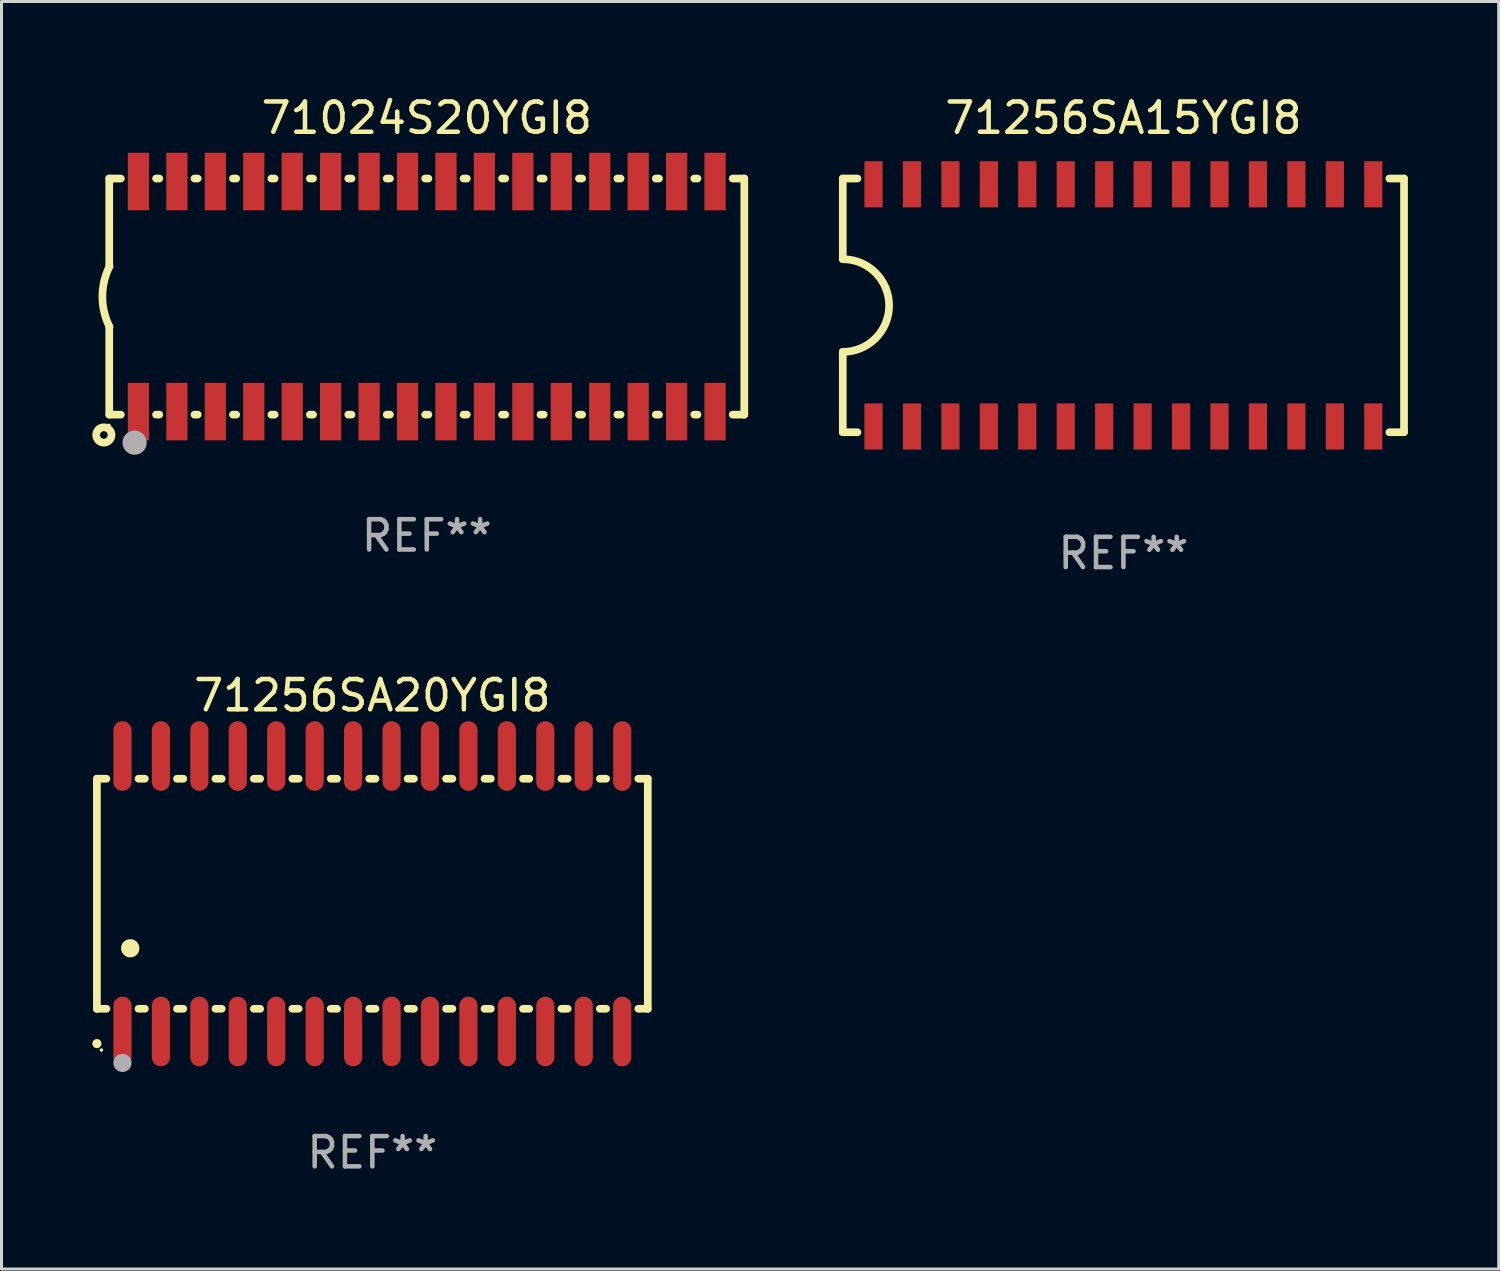
<source format=kicad_pcb>
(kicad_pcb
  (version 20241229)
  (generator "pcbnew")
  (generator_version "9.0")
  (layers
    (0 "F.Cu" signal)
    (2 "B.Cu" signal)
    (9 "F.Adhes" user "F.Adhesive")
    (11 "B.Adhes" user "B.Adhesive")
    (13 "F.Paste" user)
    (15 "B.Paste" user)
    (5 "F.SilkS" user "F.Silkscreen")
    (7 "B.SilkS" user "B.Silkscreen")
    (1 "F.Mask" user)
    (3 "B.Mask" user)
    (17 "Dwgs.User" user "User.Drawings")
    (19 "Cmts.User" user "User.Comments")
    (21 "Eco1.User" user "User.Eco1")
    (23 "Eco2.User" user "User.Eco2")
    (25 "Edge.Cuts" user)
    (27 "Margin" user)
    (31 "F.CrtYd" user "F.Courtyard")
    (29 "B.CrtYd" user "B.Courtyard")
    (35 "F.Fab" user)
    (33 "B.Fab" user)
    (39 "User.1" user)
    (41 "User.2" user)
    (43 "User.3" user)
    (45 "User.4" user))
  (footprint "71024S20YGI8"
    (layer "F.Cu")
    (at 11.049 6.748)
    (property "Reference" "71024S20YGI8" (at 0 -5.9 0) (layer "F.SilkS") (effects (font (size 1 1) (thickness 0.15))))
    (attr through_hole)
    (fp_line (start -10.49 -3.9) (end -10.107 -3.9) (stroke (width 0.254) (type solid)) (layer "F.SilkS"))
    (fp_line (start -10.49 -0.991) (end -10.49 -3.9) (stroke (width 0.254) (type solid)) (layer "F.SilkS"))
    (fp_line (start -10.49 3.9) (end -10.49 0.991) (stroke (width 0.254) (type solid)) (layer "F.SilkS"))
    (fp_line (start -10.49 3.9) (end -10.107 3.9) (stroke (width 0.254) (type solid)) (layer "F.SilkS"))
    (fp_line (start -8.943 -3.9) (end -8.837 -3.9) (stroke (width 0.254) (type solid)) (layer "F.SilkS"))
    (fp_line (start -8.943 3.9) (end -8.837 3.9) (stroke (width 0.254) (type solid)) (layer "F.SilkS"))
    (fp_line (start -7.673 -3.9) (end -7.567 -3.9) (stroke (width 0.254) (type solid)) (layer "F.SilkS"))
    (fp_line (start -7.673 3.9) (end -7.567 3.9) (stroke (width 0.254) (type solid)) (layer "F.SilkS"))
    (fp_line (start -6.403 -3.9) (end -6.297 -3.9) (stroke (width 0.254) (type solid)) (layer "F.SilkS"))
    (fp_line (start -6.403 3.9) (end -6.297 3.9) (stroke (width 0.254) (type solid)) (layer "F.SilkS"))
    (fp_line (start -5.133 -3.9) (end -5.027 -3.9) (stroke (width 0.254) (type solid)) (layer "F.SilkS"))
    (fp_line (start -5.133 3.9) (end -5.027 3.9) (stroke (width 0.254) (type solid)) (layer "F.SilkS"))
    (fp_line (start -3.863 -3.9) (end -3.757 -3.9) (stroke (width 0.254) (type solid)) (layer "F.SilkS"))
    (fp_line (start -3.863 3.9) (end -3.757 3.9) (stroke (width 0.254) (type solid)) (layer "F.SilkS"))
    (fp_line (start -2.593 -3.9) (end -2.487 -3.9) (stroke (width 0.254) (type solid)) (layer "F.SilkS"))
    (fp_line (start -2.593 3.9) (end -2.487 3.9) (stroke (width 0.254) (type solid)) (layer "F.SilkS"))
    (fp_line (start -1.323 -3.9) (end -1.217 -3.9) (stroke (width 0.254) (type solid)) (layer "F.SilkS"))
    (fp_line (start -1.323 3.9) (end -1.217 3.9) (stroke (width 0.254) (type solid)) (layer "F.SilkS"))
    (fp_line (start -0.053 -3.9) (end 0.053 -3.9) (stroke (width 0.254) (type solid)) (layer "F.SilkS"))
    (fp_line (start -0.053 3.9) (end 0.053 3.9) (stroke (width 0.254) (type solid)) (layer "F.SilkS"))
    (fp_line (start 1.217 -3.9) (end 1.323 -3.9) (stroke (width 0.254) (type solid)) (layer "F.SilkS"))
    (fp_line (start 1.217 3.9) (end 1.323 3.9) (stroke (width 0.254) (type solid)) (layer "F.SilkS"))
    (fp_line (start 2.487 -3.9) (end 2.593 -3.9) (stroke (width 0.254) (type solid)) (layer "F.SilkS"))
    (fp_line (start 2.487 3.9) (end 2.593 3.9) (stroke (width 0.254) (type solid)) (layer "F.SilkS"))
    (fp_line (start 3.757 -3.9) (end 3.863 -3.9) (stroke (width 0.254) (type solid)) (layer "F.SilkS"))
    (fp_line (start 3.757 3.9) (end 3.863 3.9) (stroke (width 0.254) (type solid)) (layer "F.SilkS"))
    (fp_line (start 5.027 -3.9) (end 5.133 -3.9) (stroke (width 0.254) (type solid)) (layer "F.SilkS"))
    (fp_line (start 5.027 3.9) (end 5.133 3.9) (stroke (width 0.254) (type solid)) (layer "F.SilkS"))
    (fp_line (start 6.297 -3.9) (end 6.403 -3.9) (stroke (width 0.254) (type solid)) (layer "F.SilkS"))
    (fp_line (start 6.297 3.9) (end 6.403 3.9) (stroke (width 0.254) (type solid)) (layer "F.SilkS"))
    (fp_line (start 7.567 -3.9) (end 7.673 -3.9) (stroke (width 0.254) (type solid)) (layer "F.SilkS"))
    (fp_line (start 7.567 3.9) (end 7.673 3.9) (stroke (width 0.254) (type solid)) (layer "F.SilkS"))
    (fp_line (start 8.837 -3.9) (end 8.943 -3.9) (stroke (width 0.254) (type solid)) (layer "F.SilkS"))
    (fp_line (start 8.837 3.9) (end 8.943 3.9) (stroke (width 0.254) (type solid)) (layer "F.SilkS"))
    (fp_line (start 10.107 -3.9) (end 10.49 -3.9) (stroke (width 0.254) (type solid)) (layer "F.SilkS"))
    (fp_line (start 10.107 3.9) (end 10.49 3.9) (stroke (width 0.254) (type solid)) (layer "F.SilkS"))
    (fp_line (start 10.49 -3.9) (end 10.49 3.9) (stroke (width 0.254) (type solid)) (layer "F.SilkS"))
    (fp_arc (start -10.48 1) (mid -10.716068 0) (end -10.48 -1) (stroke (width 0.254001) (type solid)) (layer "F.SilkS"))
    (fp_circle (center -10.668 4.572) (end -10.414 4.572) (stroke (width 0.254) (type solid)) (fill no) (layer "F.SilkS"))
    (fp_circle (center -10.5 4.255) (end -10.47 4.255) (stroke (width 0.06) (type solid)) (fill no) (layer "F.SilkS"))
    (fp_circle (center -9.652 4.826) (end -9.452 4.826) (stroke (width 0.4) (type solid)) (fill no) (layer "F.Fab"))
    (fp_text user "REF**" (at 0 7.9 0) (layer "F.Fab") (effects (font (size 1 1) (thickness 0.15))))
    (pad "1" smd rect (at -9.525 3.8) (size 0.701 1.9) (layers "F.Cu" "F.Mask" "F.Paste"))
    (pad "2" smd rect (at -8.255 3.8) (size 0.701 1.9) (layers "F.Cu" "F.Mask" "F.Paste"))
    (pad "3" smd rect (at -6.985 3.8) (size 0.701 1.9) (layers "F.Cu" "F.Mask" "F.Paste"))
    (pad "4" smd rect (at -5.715 3.8) (size 0.701 1.9) (layers "F.Cu" "F.Mask" "F.Paste"))
    (pad "5" smd rect (at -4.445 3.8) (size 0.701 1.9) (layers "F.Cu" "F.Mask" "F.Paste"))
    (pad "6" smd rect (at -3.175 3.8) (size 0.701 1.9) (layers "F.Cu" "F.Mask" "F.Paste"))
    (pad "7" smd rect (at -1.905 3.8) (size 0.701 1.9) (layers "F.Cu" "F.Mask" "F.Paste"))
    (pad "8" smd rect (at -0.635 3.8) (size 0.701 1.9) (layers "F.Cu" "F.Mask" "F.Paste"))
    (pad "9" smd rect (at 0.635 3.8) (size 0.701 1.9) (layers "F.Cu" "F.Mask" "F.Paste"))
    (pad "10" smd rect (at 1.905 3.8) (size 0.701 1.9) (layers "F.Cu" "F.Mask" "F.Paste"))
    (pad "11" smd rect (at 3.175 3.8) (size 0.701 1.9) (layers "F.Cu" "F.Mask" "F.Paste"))
    (pad "12" smd rect (at 4.445 3.8) (size 0.701 1.9) (layers "F.Cu" "F.Mask" "F.Paste"))
    (pad "13" smd rect (at 5.715 3.8) (size 0.701 1.9) (layers "F.Cu" "F.Mask" "F.Paste"))
    (pad "14" smd rect (at 6.985 3.8) (size 0.701 1.9) (layers "F.Cu" "F.Mask" "F.Paste"))
    (pad "15" smd rect (at 8.255 3.8) (size 0.701 1.9) (layers "F.Cu" "F.Mask" "F.Paste"))
    (pad "16" smd rect (at 9.525 3.8) (size 0.701 1.9) (layers "F.Cu" "F.Mask" "F.Paste"))
    (pad "17" smd rect (at 9.525 -3.8 180) (size 0.701 1.9) (layers "F.Cu" "F.Mask" "F.Paste"))
    (pad "18" smd rect (at 8.255 -3.8 180) (size 0.701 1.9) (layers "F.Cu" "F.Mask" "F.Paste"))
    (pad "19" smd rect (at 6.985 -3.8 180) (size 0.701 1.9) (layers "F.Cu" "F.Mask" "F.Paste"))
    (pad "20" smd rect (at 5.715 -3.8 180) (size 0.701 1.9) (layers "F.Cu" "F.Mask" "F.Paste"))
    (pad "21" smd rect (at 4.445 -3.8 180) (size 0.701 1.9) (layers "F.Cu" "F.Mask" "F.Paste"))
    (pad "22" smd rect (at 3.175 -3.8 180) (size 0.701 1.9) (layers "F.Cu" "F.Mask" "F.Paste"))
    (pad "23" smd rect (at 1.905 -3.8 180) (size 0.701 1.9) (layers "F.Cu" "F.Mask" "F.Paste"))
    (pad "24" smd rect (at 0.635 -3.8 180) (size 0.701 1.9) (layers "F.Cu" "F.Mask" "F.Paste"))
    (pad "25" smd rect (at -0.635 -3.8 180) (size 0.701 1.9) (layers "F.Cu" "F.Mask" "F.Paste"))
    (pad "26" smd rect (at -1.905 -3.8 180) (size 0.701 1.9) (layers "F.Cu" "F.Mask" "F.Paste"))
    (pad "27" smd rect (at -3.175 -3.8 180) (size 0.701 1.9) (layers "F.Cu" "F.Mask" "F.Paste"))
    (pad "28" smd rect (at -4.445 -3.8 180) (size 0.701 1.9) (layers "F.Cu" "F.Mask" "F.Paste"))
    (pad "29" smd rect (at -5.715 -3.8 180) (size 0.701 1.9) (layers "F.Cu" "F.Mask" "F.Paste"))
    (pad "30" smd rect (at -6.985 -3.8 180) (size 0.701 1.9) (layers "F.Cu" "F.Mask" "F.Paste"))
    (pad "31" smd rect (at -8.255 -3.8 180) (size 0.701 1.9) (layers "F.Cu" "F.Mask" "F.Paste"))
    (pad "32" smd rect (at -9.525 -3.8 180) (size 0.701 1.9) (layers "F.Cu" "F.Mask" "F.Paste")))
  (footprint "71256SA20YGI8"
    (layer "F.Cu")
    (at 9.251 26.477)
    (property "Reference" "71256SA20YGI8" (at 0 -6.55 0) (layer "F.SilkS") (effects (font (size 1 1) (thickness 0.15))))
    (attr through_hole)
    (fp_line (start -9.1 -3.8) (end -9.1 3.8) (stroke (width 0.254) (type solid)) (layer "F.SilkS"))
    (fp_line (start -9.1 -3.8) (end -8.786 -3.8) (stroke (width 0.254) (type solid)) (layer "F.SilkS"))
    (fp_line (start -9.1 3.8) (end -8.786 3.8) (stroke (width 0.254) (type solid)) (layer "F.SilkS"))
    (fp_line (start -7.724 -3.8) (end -7.516 -3.8) (stroke (width 0.254) (type solid)) (layer "F.SilkS"))
    (fp_line (start -7.724 3.8) (end -7.516 3.8) (stroke (width 0.254) (type solid)) (layer "F.SilkS"))
    (fp_line (start -6.454 -3.8) (end -6.246 -3.8) (stroke (width 0.254) (type solid)) (layer "F.SilkS"))
    (fp_line (start -6.454 3.8) (end -6.246 3.8) (stroke (width 0.254) (type solid)) (layer "F.SilkS"))
    (fp_line (start -5.184 -3.8) (end -4.976 -3.8) (stroke (width 0.254) (type solid)) (layer "F.SilkS"))
    (fp_line (start -5.184 3.8) (end -4.976 3.8) (stroke (width 0.254) (type solid)) (layer "F.SilkS"))
    (fp_line (start -3.914 -3.8) (end -3.706 -3.8) (stroke (width 0.254) (type solid)) (layer "F.SilkS"))
    (fp_line (start -3.914 3.8) (end -3.706 3.8) (stroke (width 0.254) (type solid)) (layer "F.SilkS"))
    (fp_line (start -2.644 -3.8) (end -2.436 -3.8) (stroke (width 0.254) (type solid)) (layer "F.SilkS"))
    (fp_line (start -2.644 3.8) (end -2.436 3.8) (stroke (width 0.254) (type solid)) (layer "F.SilkS"))
    (fp_line (start -1.374 -3.8) (end -1.166 -3.8) (stroke (width 0.254) (type solid)) (layer "F.SilkS"))
    (fp_line (start -1.374 3.8) (end -1.166 3.8) (stroke (width 0.254) (type solid)) (layer "F.SilkS"))
    (fp_line (start -0.104 -3.8) (end 0.104 -3.8) (stroke (width 0.254) (type solid)) (layer "F.SilkS"))
    (fp_line (start -0.104 3.8) (end 0.104 3.8) (stroke (width 0.254) (type solid)) (layer "F.SilkS"))
    (fp_line (start 1.166 -3.8) (end 1.374 -3.8) (stroke (width 0.254) (type solid)) (layer "F.SilkS"))
    (fp_line (start 1.166 3.8) (end 1.374 3.8) (stroke (width 0.254) (type solid)) (layer "F.SilkS"))
    (fp_line (start 2.436 -3.8) (end 2.644 -3.8) (stroke (width 0.254) (type solid)) (layer "F.SilkS"))
    (fp_line (start 2.436 3.8) (end 2.644 3.8) (stroke (width 0.254) (type solid)) (layer "F.SilkS"))
    (fp_line (start 3.706 -3.8) (end 3.914 -3.8) (stroke (width 0.254) (type solid)) (layer "F.SilkS"))
    (fp_line (start 3.706 3.8) (end 3.914 3.8) (stroke (width 0.254) (type solid)) (layer "F.SilkS"))
    (fp_line (start 4.976 -3.8) (end 5.184 -3.8) (stroke (width 0.254) (type solid)) (layer "F.SilkS"))
    (fp_line (start 4.976 3.8) (end 5.184 3.8) (stroke (width 0.254) (type solid)) (layer "F.SilkS"))
    (fp_line (start 6.246 -3.8) (end 6.454 -3.8) (stroke (width 0.254) (type solid)) (layer "F.SilkS"))
    (fp_line (start 6.246 3.8) (end 6.454 3.8) (stroke (width 0.254) (type solid)) (layer "F.SilkS"))
    (fp_line (start 7.516 -3.8) (end 7.724 -3.8) (stroke (width 0.254) (type solid)) (layer "F.SilkS"))
    (fp_line (start 7.516 3.8) (end 7.724 3.8) (stroke (width 0.254) (type solid)) (layer "F.SilkS"))
    (fp_line (start 8.786 -3.8) (end 9.1 -3.8) (stroke (width 0.254) (type solid)) (layer "F.SilkS"))
    (fp_line (start 8.786 3.8) (end 9.1 3.8) (stroke (width 0.254) (type solid)) (layer "F.SilkS"))
    (fp_line (start 9.1 -3.8) (end 9.1 3.8) (stroke (width 0.254) (type solid)) (layer "F.SilkS"))
    (fp_arc (start -9.100864 4.95047) (mid -9.099594 4.950465) (end -9.098324 4.95047) (stroke (width 0.3) (type solid)) (layer "F.SilkS"))
    (fp_arc (start -8.001041 1.800864) (mid -7.998501 1.800853) (end -7.995961 1.800864) (stroke (width 0.6) (type solid)) (layer "F.SilkS"))
    (fp_circle (center -8.95 5.163) (end -8.92 5.163) (stroke (width 0.06) (type solid)) (fill no) (layer "F.SilkS"))
    (fp_circle (center -8.255 5.588) (end -8.105 5.588) (stroke (width 0.3) (type solid)) (fill no) (layer "F.Fab"))
    (fp_text user "REF**" (at 0 8.55 0) (layer "F.Fab") (effects (font (size 1 1) (thickness 0.15))))
    (pad "1" smd oval (at -8.255 4.55 180) (size 0.6 2.3) (layers "F.Cu" "F.Mask" "F.Paste"))
    (pad "2" smd oval (at -6.985 4.55 180) (size 0.6 2.3) (layers "F.Cu" "F.Mask" "F.Paste"))
    (pad "3" smd oval (at -5.715 4.55 180) (size 0.6 2.3) (layers "F.Cu" "F.Mask" "F.Paste"))
    (pad "4" smd oval (at -4.445 4.55 180) (size 0.6 2.3) (layers "F.Cu" "F.Mask" "F.Paste"))
    (pad "5" smd oval (at -3.175 4.55 180) (size 0.6 2.3) (layers "F.Cu" "F.Mask" "F.Paste"))
    (pad "6" smd oval (at -1.905 4.55 180) (size 0.6 2.3) (layers "F.Cu" "F.Mask" "F.Paste"))
    (pad "7" smd oval (at -0.635 4.55 180) (size 0.6 2.3) (layers "F.Cu" "F.Mask" "F.Paste"))
    (pad "8" smd oval (at 0.635 4.55 180) (size 0.6 2.3) (layers "F.Cu" "F.Mask" "F.Paste"))
    (pad "9" smd oval (at 1.905 4.55 180) (size 0.6 2.3) (layers "F.Cu" "F.Mask" "F.Paste"))
    (pad "10" smd oval (at 3.175 4.55 180) (size 0.6 2.3) (layers "F.Cu" "F.Mask" "F.Paste"))
    (pad "11" smd oval (at 4.445 4.55 180) (size 0.6 2.3) (layers "F.Cu" "F.Mask" "F.Paste"))
    (pad "12" smd oval (at 5.715 4.55 180) (size 0.6 2.3) (layers "F.Cu" "F.Mask" "F.Paste"))
    (pad "13" smd oval (at 6.985 4.55 180) (size 0.6 2.3) (layers "F.Cu" "F.Mask" "F.Paste"))
    (pad "14" smd oval (at 8.255 4.55 180) (size 0.6 2.3) (layers "F.Cu" "F.Mask" "F.Paste"))
    (pad "15" smd oval (at 8.255 -4.55 180) (size 0.6 2.3) (layers "F.Cu" "F.Mask" "F.Paste"))
    (pad "16" smd oval (at 6.985 -4.55 180) (size 0.6 2.3) (layers "F.Cu" "F.Mask" "F.Paste"))
    (pad "17" smd oval (at 5.715 -4.55 180) (size 0.6 2.3) (layers "F.Cu" "F.Mask" "F.Paste"))
    (pad "18" smd oval (at 4.445 -4.55 180) (size 0.6 2.3) (layers "F.Cu" "F.Mask" "F.Paste"))
    (pad "19" smd oval (at 3.175 -4.55 180) (size 0.6 2.3) (layers "F.Cu" "F.Mask" "F.Paste"))
    (pad "20" smd oval (at 1.905 -4.55 180) (size 0.6 2.3) (layers "F.Cu" "F.Mask" "F.Paste"))
    (pad "21" smd oval (at 0.635 -4.55 180) (size 0.6 2.3) (layers "F.Cu" "F.Mask" "F.Paste"))
    (pad "22" smd oval (at -0.635 -4.55 180) (size 0.6 2.3) (layers "F.Cu" "F.Mask" "F.Paste"))
    (pad "23" smd oval (at -1.905 -4.55 180) (size 0.6 2.3) (layers "F.Cu" "F.Mask" "F.Paste"))
    (pad "24" smd oval (at -3.175 -4.55 180) (size 0.6 2.3) (layers "F.Cu" "F.Mask" "F.Paste"))
    (pad "25" smd oval (at -4.445 -4.55 180) (size 0.6 2.3) (layers "F.Cu" "F.Mask" "F.Paste"))
    (pad "26" smd oval (at -5.715 -4.55 180) (size 0.6 2.3) (layers "F.Cu" "F.Mask" "F.Paste"))
    (pad "27" smd oval (at -6.985 -4.55 180) (size 0.6 2.3) (layers "F.Cu" "F.Mask" "F.Paste"))
    (pad "28" smd oval (at -8.255 -4.55 180) (size 0.6 2.3) (layers "F.Cu" "F.Mask" "F.Paste")))
  (footprint "71256SA15YGI8"
    (layer "F.Cu")
    (at 34.064 7.039)
    (property "Reference" "71256SA15YGI8" (at 0 -6.191 0) (layer "F.SilkS") (effects (font (size 1 1) (thickness 0.15))))
    (attr through_hole)
    (fp_line (start -9.271 -4.191) (end -9.271 -1.526) (stroke (width 0.254) (type solid)) (layer "F.SilkS"))
    (fp_line (start -9.271 4.191) (end -9.271 1.536) (stroke (width 0.254) (type solid)) (layer "F.SilkS"))
    (fp_line (start -9.271 4.191) (end -8.786 4.191) (stroke (width 0.254) (type solid)) (layer "F.SilkS"))
    (fp_line (start -8.786 -4.191) (end -9.271 -4.191) (stroke (width 0.254) (type solid)) (layer "F.SilkS"))
    (fp_line (start 8.786 -4.191) (end 9.271 -4.191) (stroke (width 0.254) (type solid)) (layer "F.SilkS"))
    (fp_line (start 9.271 -4.191) (end 9.271 4.191) (stroke (width 0.254) (type solid)) (layer "F.SilkS"))
    (fp_line (start 9.271 4.191) (end 8.786 4.191) (stroke (width 0.254) (type solid)) (layer "F.SilkS"))
    (fp_arc (start -9.271019 -1.525704) (mid -7.740311 0.005004) (end -9.271019 1.535712) (stroke (width 0.254001) (type solid)) (layer "F.SilkS"))
    (fp_text user "REF**" (at 0 8.191 0) (layer "F.Fab") (effects (font (size 1 1) (thickness 0.15))))
    (pad "1" smd rect (at -8.255 4) (size 0.6 1.524) (layers "F.Cu" "F.Mask" "F.Paste"))
    (pad "2" smd rect (at -6.985 4) (size 0.6 1.524) (layers "F.Cu" "F.Mask" "F.Paste"))
    (pad "3" smd rect (at -5.715 4) (size 0.6 1.524) (layers "F.Cu" "F.Mask" "F.Paste"))
    (pad "4" smd rect (at -4.445 4) (size 0.6 1.524) (layers "F.Cu" "F.Mask" "F.Paste"))
    (pad "5" smd rect (at -3.175 4) (size 0.6 1.524) (layers "F.Cu" "F.Mask" "F.Paste"))
    (pad "6" smd rect (at -1.905 4) (size 0.6 1.524) (layers "F.Cu" "F.Mask" "F.Paste"))
    (pad "7" smd rect (at -0.635 4) (size 0.6 1.524) (layers "F.Cu" "F.Mask" "F.Paste"))
    (pad "8" smd rect (at 0.635 4) (size 0.6 1.524) (layers "F.Cu" "F.Mask" "F.Paste"))
    (pad "9" smd rect (at 1.905 4) (size 0.6 1.524) (layers "F.Cu" "F.Mask" "F.Paste"))
    (pad "10" smd rect (at 3.175 4) (size 0.6 1.524) (layers "F.Cu" "F.Mask" "F.Paste"))
    (pad "11" smd rect (at 4.445 4) (size 0.6 1.524) (layers "F.Cu" "F.Mask" "F.Paste"))
    (pad "12" smd rect (at 5.715 4) (size 0.6 1.524) (layers "F.Cu" "F.Mask" "F.Paste"))
    (pad "13" smd rect (at 6.985 4) (size 0.6 1.524) (layers "F.Cu" "F.Mask" "F.Paste"))
    (pad "14" smd rect (at 8.255 4) (size 0.6 1.524) (layers "F.Cu" "F.Mask" "F.Paste"))
    (pad "15" smd rect (at 8.255 -4) (size 0.6 1.524) (layers "F.Cu" "F.Mask" "F.Paste"))
    (pad "16" smd rect (at 6.985 -4) (size 0.6 1.524) (layers "F.Cu" "F.Mask" "F.Paste"))
    (pad "17" smd rect (at 5.715 -4) (size 0.6 1.524) (layers "F.Cu" "F.Mask" "F.Paste"))
    (pad "18" smd rect (at 4.445 -4) (size 0.6 1.524) (layers "F.Cu" "F.Mask" "F.Paste"))
    (pad "19" smd rect (at 3.175 -4) (size 0.6 1.524) (layers "F.Cu" "F.Mask" "F.Paste"))
    (pad "20" smd rect (at 1.905 -4) (size 0.6 1.524) (layers "F.Cu" "F.Mask" "F.Paste"))
    (pad "21" smd rect (at 0.635 -4) (size 0.6 1.524) (layers "F.Cu" "F.Mask" "F.Paste"))
    (pad "22" smd rect (at -0.635 -4) (size 0.6 1.524) (layers "F.Cu" "F.Mask" "F.Paste"))
    (pad "23" smd rect (at -1.905 -4) (size 0.6 1.524) (layers "F.Cu" "F.Mask" "F.Paste"))
    (pad "24" smd rect (at -3.175 -4) (size 0.6 1.524) (layers "F.Cu" "F.Mask" "F.Paste"))
    (pad "25" smd rect (at -4.445 -4) (size 0.6 1.524) (layers "F.Cu" "F.Mask" "F.Paste"))
    (pad "26" smd rect (at -5.715 -4) (size 0.6 1.524) (layers "F.Cu" "F.Mask" "F.Paste"))
    (pad "27" smd rect (at -6.985 -4) (size 0.6 1.524) (layers "F.Cu" "F.Mask" "F.Paste"))
    (pad "28" smd rect (at -8.255 -4) (size 0.6 1.524) (layers "F.Cu" "F.Mask" "F.Paste")))
  (gr_rect
    (start -3 -3)
    (end 46.462 38.875)
    (stroke (width 0.1) (type default))
    (fill no)
    (layer "Edge.Cuts")))
</source>
